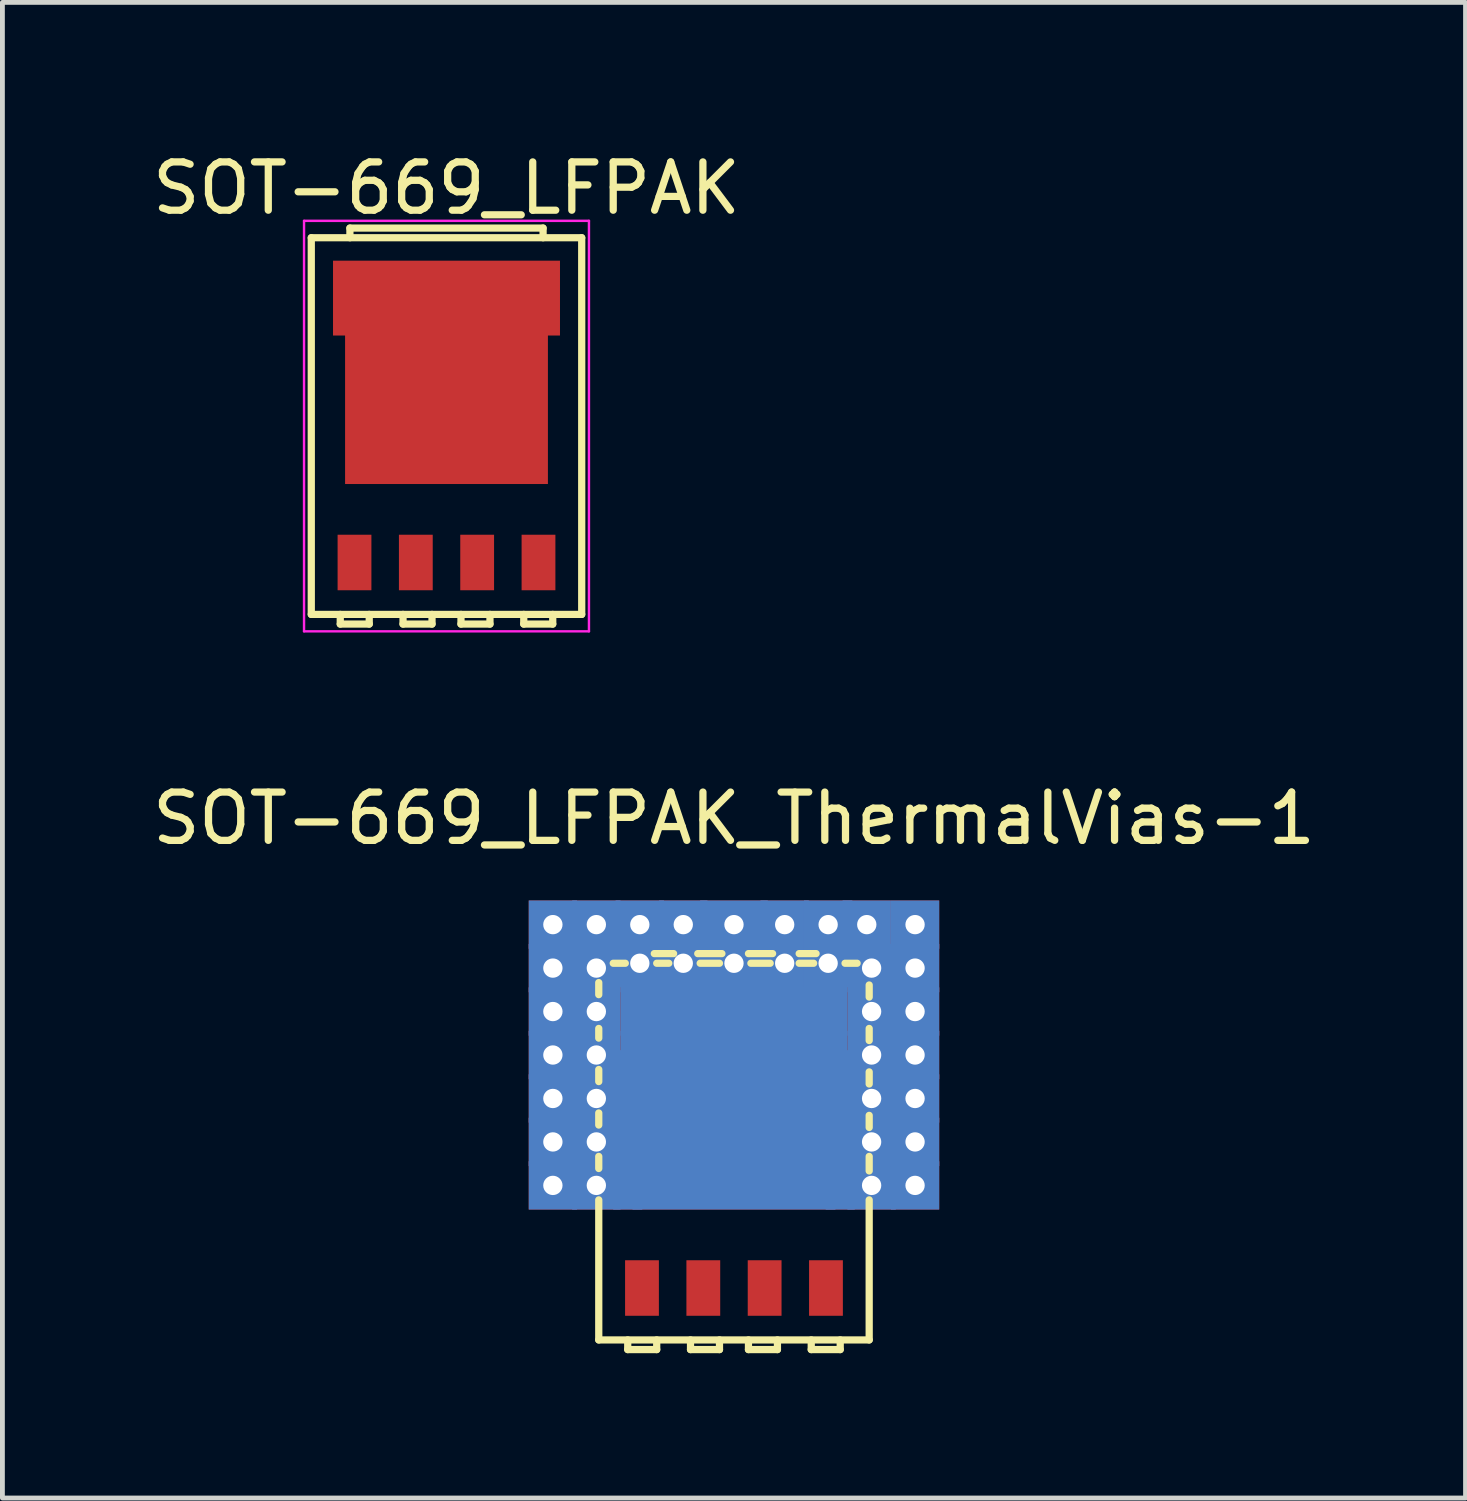
<source format=kicad_pcb>
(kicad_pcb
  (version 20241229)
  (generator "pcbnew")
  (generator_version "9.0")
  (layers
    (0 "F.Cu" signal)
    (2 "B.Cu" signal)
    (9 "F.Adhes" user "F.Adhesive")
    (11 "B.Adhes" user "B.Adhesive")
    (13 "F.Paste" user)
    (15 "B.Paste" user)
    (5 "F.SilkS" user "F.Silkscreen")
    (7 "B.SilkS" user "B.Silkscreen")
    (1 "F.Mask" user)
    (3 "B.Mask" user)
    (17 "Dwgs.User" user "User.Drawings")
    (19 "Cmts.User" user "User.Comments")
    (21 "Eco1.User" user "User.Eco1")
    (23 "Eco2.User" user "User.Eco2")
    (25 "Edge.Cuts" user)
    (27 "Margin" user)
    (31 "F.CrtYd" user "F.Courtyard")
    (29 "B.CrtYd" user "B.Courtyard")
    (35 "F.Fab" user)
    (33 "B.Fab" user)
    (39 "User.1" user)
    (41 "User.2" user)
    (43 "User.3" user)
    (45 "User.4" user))
  (footprint "SOT-669_LFPAK"
    (layer "F.Cu")
    (at 6.196 5.773)
    (property "Reference" "SOT-669_LFPAK" (at 0 -4.925 0) (layer "F.SilkS") (effects (font (size 1 1) (thickness 0.15))))
    (attr smd)
    (fp_line (start -2.8 -3.9) (end 2.8 -3.9) (stroke (width 0.15) (type solid)) (layer "F.SilkS"))
    (fp_line (start -2.8 3.9) (end -2.8 -3.9) (stroke (width 0.15) (type solid)) (layer "F.SilkS"))
    (fp_line (start -2.2 3.9) (end -2.2 4.1) (stroke (width 0.15) (type solid)) (layer "F.SilkS"))
    (fp_line (start -2.2 4.1) (end -1.6 4.1) (stroke (width 0.15) (type solid)) (layer "F.SilkS"))
    (fp_line (start -2 -4.1) (end 2 -4.1) (stroke (width 0.15) (type solid)) (layer "F.SilkS"))
    (fp_line (start -2 -3.9) (end -2 -4.1) (stroke (width 0.15) (type solid)) (layer "F.SilkS"))
    (fp_line (start -1.6 4.1) (end -1.6 3.9) (stroke (width 0.15) (type solid)) (layer "F.SilkS"))
    (fp_line (start -0.9 3.9) (end -0.9 4.1) (stroke (width 0.15) (type solid)) (layer "F.SilkS"))
    (fp_line (start -0.9 4.1) (end -0.3 4.1) (stroke (width 0.15) (type solid)) (layer "F.SilkS"))
    (fp_line (start -0.3 4.1) (end -0.3 3.9) (stroke (width 0.15) (type solid)) (layer "F.SilkS"))
    (fp_line (start 0.3 3.9) (end 0.3 4.1) (stroke (width 0.15) (type solid)) (layer "F.SilkS"))
    (fp_line (start 0.3 4.1) (end 0.9 4.1) (stroke (width 0.15) (type solid)) (layer "F.SilkS"))
    (fp_line (start 0.9 4.1) (end 0.9 3.9) (stroke (width 0.15) (type solid)) (layer "F.SilkS"))
    (fp_line (start 1.6 3.9) (end 1.6 4.1) (stroke (width 0.15) (type solid)) (layer "F.SilkS"))
    (fp_line (start 1.6 4.1) (end 2.2 4.1) (stroke (width 0.15) (type solid)) (layer "F.SilkS"))
    (fp_line (start 2 -4.1) (end 2 -3.9) (stroke (width 0.15) (type solid)) (layer "F.SilkS"))
    (fp_line (start 2.2 4.1) (end 2.2 3.9) (stroke (width 0.15) (type solid)) (layer "F.SilkS"))
    (fp_line (start 2.8 -3.9) (end 2.8 3.9) (stroke (width 0.15) (type solid)) (layer "F.SilkS"))
    (fp_line (start 2.8 3.9) (end -2.8 3.9) (stroke (width 0.15) (type solid)) (layer "F.SilkS"))
    (fp_line (start -2.95 -4.25) (end 2.95 -4.25) (stroke (width 0.05) (type solid)) (layer "F.CrtYd"))
    (fp_line (start -2.95 4.25) (end -2.95 -4.25) (stroke (width 0.05) (type solid)) (layer "F.CrtYd"))
    (fp_line (start -2.95 4.25) (end 2.95 4.25) (stroke (width 0.05) (type solid)) (layer "F.CrtYd"))
    (fp_line (start 2.95 -4.25) (end 2.95 4.25) (stroke (width 0.05) (type solid)) (layer "F.CrtYd"))
    (pad "" smd rect (at -1.875 -2.9) (size 0.6 0.9) (layers "F.Paste"))
    (pad "" smd rect (at -1.15 -1.05 90) (size 0.6 0.9) (layers "F.Paste"))
    (pad "" smd rect (at -1.15 -0.2 90) (size 0.6 0.9) (layers "F.Paste"))
    (pad "" smd rect (at -1.15 0.65 90) (size 0.6 0.9) (layers "F.Paste"))
    (pad "" smd rect (at -0.6 -2.9) (size 0.6 0.9) (layers "F.Paste"))
    (pad "" smd rect (at 0 -1.05 90) (size 0.6 0.9) (layers "F.Paste"))
    (pad "" smd rect (at 0 -0.2 90) (size 0.6 0.9) (layers "F.Paste"))
    (pad "" smd rect (at 0 0.65 90) (size 0.6 0.9) (layers "F.Paste"))
    (pad "" smd rect (at 0.6 -2.9) (size 0.6 0.9) (layers "F.Paste"))
    (pad "" smd rect (at 1.15 -1.05 90) (size 0.6 0.9) (layers "F.Paste"))
    (pad "" smd rect (at 1.15 -0.2 90) (size 0.6 0.9) (layers "F.Paste"))
    (pad "" smd rect (at 1.15 0.65 90) (size 0.6 0.9) (layers "F.Paste"))
    (pad "" smd rect (at 1.875 -2.9) (size 0.6 0.9) (layers "F.Paste"))
    (pad "1" smd rect (at -1.905 2.825) (size 0.7 1.15) (layers "F.Cu" "F.Mask" "F.Paste"))
    (pad "2" smd rect (at -0.635 2.825) (size 0.7 1.15) (layers "F.Cu" "F.Mask" "F.Paste"))
    (pad "3" smd rect (at 0.635 2.825) (size 0.7 1.15) (layers "F.Cu" "F.Mask" "F.Paste"))
    (pad "4" smd rect (at 1.905 2.825) (size 0.7 1.15) (layers "F.Cu" "F.Mask" "F.Paste"))
    (pad "5" smd rect (at 0 -2.65) (size 4.7 1.55) (layers "F.Cu" "F.Mask"))
    (pad "5" smd rect (at 0 -0.45) (size 4.2 3.3) (layers "F.Cu" "F.Mask")))
  (footprint "SOT-669_LFPAK_ThermalVias-1"
    (layer "F.Cu")
    (at 12.149 20.797)
    (property "Reference" "SOT-669_LFPAK_ThermalVias-1" (at 0 -6.9 0) (layer "F.SilkS") (effects (font (size 1 1) (thickness 0.15))))
    (attr smd)
    (fp_line (start -2.8 -3.5) (end -2.8 -3.25) (stroke (width 0.15) (type solid)) (layer "F.SilkS"))
    (fp_line (start -2.8 -2.55) (end -2.8 -2.35) (stroke (width 0.15) (type solid)) (layer "F.SilkS"))
    (fp_line (start -2.8 -1.7) (end -2.8 -1.45) (stroke (width 0.15) (type solid)) (layer "F.SilkS"))
    (fp_line (start -2.8 -0.8) (end -2.8 -0.55) (stroke (width 0.15) (type solid)) (layer "F.SilkS"))
    (fp_line (start -2.8 0.1) (end -2.8 0.35) (stroke (width 0.15) (type solid)) (layer "F.SilkS"))
    (fp_line (start -2.8 1) (end -2.8 3.9) (stroke (width 0.15) (type solid)) (layer "F.SilkS"))
    (fp_line (start -2.25 -3.9) (end -2.5 -3.9) (stroke (width 0.15) (type solid)) (layer "F.SilkS"))
    (fp_line (start -2.2 3.9) (end -2.2 4.1) (stroke (width 0.15) (type solid)) (layer "F.SilkS"))
    (fp_line (start -2.2 4.1) (end -1.6 4.1) (stroke (width 0.15) (type solid)) (layer "F.SilkS"))
    (fp_line (start -1.6 4.1) (end -1.6 3.9) (stroke (width 0.15) (type solid)) (layer "F.SilkS"))
    (fp_line (start -1.35 -3.9) (end -1.6 -3.9) (stroke (width 0.15) (type solid)) (layer "F.SilkS"))
    (fp_line (start -1.25 -4.1) (end -1.65 -4.1) (stroke (width 0.15) (type solid)) (layer "F.SilkS"))
    (fp_line (start -0.9 3.9) (end -0.9 4.1) (stroke (width 0.15) (type solid)) (layer "F.SilkS"))
    (fp_line (start -0.9 4.1) (end -0.3 4.1) (stroke (width 0.15) (type solid)) (layer "F.SilkS"))
    (fp_line (start -0.3 -3.9) (end -0.7 -3.9) (stroke (width 0.15) (type solid)) (layer "F.SilkS"))
    (fp_line (start -0.3 4.1) (end -0.3 3.9) (stroke (width 0.15) (type solid)) (layer "F.SilkS"))
    (fp_line (start -0.25 -4.1) (end -0.75 -4.1) (stroke (width 0.15) (type solid)) (layer "F.SilkS"))
    (fp_line (start 0.3 3.9) (end 0.3 4.1) (stroke (width 0.15) (type solid)) (layer "F.SilkS"))
    (fp_line (start 0.3 4.1) (end 0.9 4.1) (stroke (width 0.15) (type solid)) (layer "F.SilkS"))
    (fp_line (start 0.75 -3.9) (end 0.35 -3.9) (stroke (width 0.15) (type solid)) (layer "F.SilkS"))
    (fp_line (start 0.8 -4.1) (end 0.3 -4.1) (stroke (width 0.15) (type solid)) (layer "F.SilkS"))
    (fp_line (start 0.9 4.1) (end 0.9 3.9) (stroke (width 0.15) (type solid)) (layer "F.SilkS"))
    (fp_line (start 1.6 3.9) (end 1.6 4.1) (stroke (width 0.15) (type solid)) (layer "F.SilkS"))
    (fp_line (start 1.6 4.1) (end 2.2 4.1) (stroke (width 0.15) (type solid)) (layer "F.SilkS"))
    (fp_line (start 1.65 -3.9) (end 1.35 -3.9) (stroke (width 0.15) (type solid)) (layer "F.SilkS"))
    (fp_line (start 1.7 -4.1) (end 1.35 -4.1) (stroke (width 0.15) (type solid)) (layer "F.SilkS"))
    (fp_line (start 2.2 4.1) (end 2.2 3.9) (stroke (width 0.15) (type solid)) (layer "F.SilkS"))
    (fp_line (start 2.55 -3.9) (end 2.3 -3.9) (stroke (width 0.15) (type solid)) (layer "F.SilkS"))
    (fp_line (start 2.8 -3.2) (end 2.8 -3.45) (stroke (width 0.15) (type solid)) (layer "F.SilkS"))
    (fp_line (start 2.8 -2.3) (end 2.8 -2.55) (stroke (width 0.15) (type solid)) (layer "F.SilkS"))
    (fp_line (start 2.8 -1.4) (end 2.8 -1.65) (stroke (width 0.15) (type solid)) (layer "F.SilkS"))
    (fp_line (start 2.8 -0.5) (end 2.8 -0.75) (stroke (width 0.15) (type solid)) (layer "F.SilkS"))
    (fp_line (start 2.8 0.4) (end 2.8 0.1) (stroke (width 0.15) (type solid)) (layer "F.SilkS"))
    (fp_line (start 2.8 3.9) (end -2.8 3.9) (stroke (width 0.15) (type solid)) (layer "F.SilkS"))
    (fp_line (start 2.8 3.9) (end 2.8 1) (stroke (width 0.15) (type solid)) (layer "F.SilkS"))
    (pad "" smd rect (at -1.875 -2.9) (size 0.6 0.9) (layers "F.Paste"))
    (pad "" smd rect (at -1.15 -1.05 90) (size 0.6 0.9) (layers "F.Paste"))
    (pad "" smd rect (at -1.15 -0.2 90) (size 0.6 0.9) (layers "F.Paste"))
    (pad "" smd rect (at -1.15 0.65 90) (size 0.6 0.9) (layers "F.Paste"))
    (pad "" smd rect (at -0.6 -2.9) (size 0.6 0.9) (layers "F.Paste"))
    (pad "" smd rect (at 0 -1.05 90) (size 0.6 0.9) (layers "F.Paste"))
    (pad "" smd rect (at 0 -0.2 90) (size 0.6 0.9) (layers "F.Paste"))
    (pad "" smd rect (at 0 0.65 90) (size 0.6 0.9) (layers "F.Paste"))
    (pad "" smd rect (at 0.6 -2.9) (size 0.6 0.9) (layers "F.Paste"))
    (pad "" smd rect (at 1.15 -1.05 90) (size 0.6 0.9) (layers "F.Paste"))
    (pad "" smd rect (at 1.15 -0.2 90) (size 0.6 0.9) (layers "F.Paste"))
    (pad "" smd rect (at 1.15 0.65 90) (size 0.6 0.9) (layers "F.Paste"))
    (pad "" smd rect (at 1.875 -2.9) (size 0.6 0.9) (layers "F.Paste"))
    (pad "1" smd rect (at -1.905 2.825) (size 0.7 1.15) (layers "F.Cu" "F.Mask" "F.Paste"))
    (pad "2" smd rect (at -0.635 2.825) (size 0.7 1.15) (layers "F.Cu" "F.Mask" "F.Paste"))
    (pad "3" smd rect (at 0.635 2.825) (size 0.7 1.15) (layers "F.Cu" "F.Mask" "F.Paste"))
    (pad "4" smd rect (at 1.905 2.825) (size 0.7 1.15) (layers "F.Cu" "F.Mask" "F.Paste"))
    (pad "5" thru_hole rect (at -3.75 -4.7) (size 1 1) (drill 0.4) (layers "*.Cu"))
    (pad "5" thru_hole rect (at -3.75 -3.8) (size 1 1) (drill 0.4) (layers "*.Cu"))
    (pad "5" thru_hole rect (at -3.75 -2.9) (size 1 1) (drill 0.4) (layers "*.Cu"))
    (pad "5" thru_hole rect (at -3.75 -2) (size 1 1) (drill 0.4) (layers "*.Cu"))
    (pad "5" thru_hole rect (at -3.75 -1.1) (size 1 1) (drill 0.4) (layers "*.Cu"))
    (pad "5" thru_hole rect (at -3.75 -0.2) (size 1 1) (drill 0.4) (layers "*.Cu"))
    (pad "5" thru_hole rect (at -3.75 0.7) (size 1 1) (drill 0.4) (layers "*.Cu"))
    (pad "5" thru_hole rect (at -2.85 -4.7) (size 1 1) (drill 0.4) (layers "*.Cu"))
    (pad "5" thru_hole rect (at -2.85 -3.8) (size 1 1) (drill 0.4) (layers "*.Cu"))
    (pad "5" thru_hole rect (at -2.85 -2.9) (size 1 1) (drill 0.4) (layers "*.Cu"))
    (pad "5" thru_hole rect (at -2.85 -2) (size 1 1) (drill 0.4) (layers "*.Cu"))
    (pad "5" thru_hole rect (at -2.85 -1.1) (size 1 1) (drill 0.4) (layers "*.Cu"))
    (pad "5" thru_hole rect (at -2.85 -0.2) (size 1 1) (drill 0.4) (layers "*.Cu"))
    (pad "5" thru_hole rect (at -2.85 0.7) (size 1 1) (drill 0.4) (layers "*.Cu"))
    (pad "5" smd rect (at -2.25 -1.75) (size 0.5 0.5) (layers "F.Cu"))
    (pad "5" smd rect (at -2.2 -0.45) (size 0.6 3.3) (layers "F.Cu"))
    (pad "5" smd rect (at -2.2 -0.45) (size 0.6 3.3) (layers "B.Cu"))
    (pad "5" thru_hole rect (at -1.95 -4.7) (size 1 1) (drill 0.4) (layers "*.Cu"))
    (pad "5" thru_hole rect (at -1.95 -3.9) (size 1 1) (drill 0.4) (layers "*.Cu"))
    (pad "5" thru_hole rect (at -1.05 -4.7) (size 1 1) (drill 0.4) (layers "*.Cu"))
    (pad "5" thru_hole rect (at -1.05 -3.9) (size 1 1) (drill 0.4) (layers "*.Cu"))
    (pad "5" thru_hole rect (at 0 -4.7) (size 1.4 1) (drill 0.4) (layers "*.Cu"))
    (pad "5" thru_hole rect (at 0 -3.9) (size 1.4 1) (drill 0.4) (layers "*.Cu"))
    (pad "5" smd rect (at 0 -2.65) (size 4.7 1.55) (layers "F.Cu" "F.Mask"))
    (pad "5" smd rect (at 0 -2.65) (size 4.7 1.55) (layers "F.Mask" "B.Cu"))
    (pad "5" smd rect (at 0 -0.45) (size 4.2 3.3) (layers "F.Cu" "F.Mask"))
    (pad "5" smd rect (at 0 -0.45) (size 4.2 3.3) (layers "F.Mask" "B.Cu"))
    (pad "5" thru_hole rect (at 1.05 -4.7) (size 1 1) (drill 0.4) (layers "*.Cu"))
    (pad "5" thru_hole rect (at 1.05 -3.9) (size 1 1) (drill 0.4) (layers "*.Cu"))
    (pad "5" thru_hole rect (at 1.95 -4.7) (size 1 1) (drill 0.4) (layers "*.Cu"))
    (pad "5" thru_hole rect (at 1.95 -3.9) (size 1 1) (drill 0.4) (layers "*.Cu"))
    (pad "5" smd rect (at 2.2 -0.45) (size 0.6 3.3) (layers "F.Cu"))
    (pad "5" smd rect (at 2.2 -0.45) (size 0.6 3.3) (layers "B.Cu"))
    (pad "5" smd rect (at 2.25 -1.75) (size 0.5 0.5) (layers "F.Cu"))
    (pad "5" thru_hole rect (at 2.75 -4.7) (size 1 1) (drill 0.4) (layers "*.Cu"))
    (pad "5" thru_hole rect (at 2.85 -3.8) (size 1 1) (drill 0.4) (layers "*.Cu"))
    (pad "5" thru_hole rect (at 2.85 -2.9) (size 1 1) (drill 0.4) (layers "*.Cu"))
    (pad "5" thru_hole rect (at 2.85 -2) (size 1 1) (drill 0.4) (layers "*.Cu"))
    (pad "5" thru_hole rect (at 2.85 -1.1) (size 1 1) (drill 0.4) (layers "*.Cu"))
    (pad "5" thru_hole rect (at 2.85 -0.2) (size 1 1) (drill 0.4) (layers "*.Cu"))
    (pad "5" thru_hole rect (at 2.85 0.7) (size 1 1) (drill 0.4) (layers "*.Cu"))
    (pad "5" thru_hole rect (at 3.75 -4.7) (size 1 1) (drill 0.4) (layers "*.Cu"))
    (pad "5" thru_hole rect (at 3.75 -3.8) (size 1 1) (drill 0.4) (layers "*.Cu"))
    (pad "5" thru_hole rect (at 3.75 -2.9) (size 1 1) (drill 0.4) (layers "*.Cu"))
    (pad "5" thru_hole rect (at 3.75 -2) (size 1 1) (drill 0.4) (layers "*.Cu"))
    (pad "5" thru_hole rect (at 3.75 -1.1) (size 1 1) (drill 0.4) (layers "*.Cu"))
    (pad "5" thru_hole rect (at 3.75 -0.2) (size 1 1) (drill 0.4) (layers "*.Cu"))
    (pad "5" thru_hole rect (at 3.75 0.7) (size 1 1) (drill 0.4) (layers "*.Cu")))
  (gr_rect
    (start -3 -3)
    (end 27.298 27.971)
    (stroke (width 0.1) (type default))
    (fill no)
    (layer "Edge.Cuts")))
</source>
